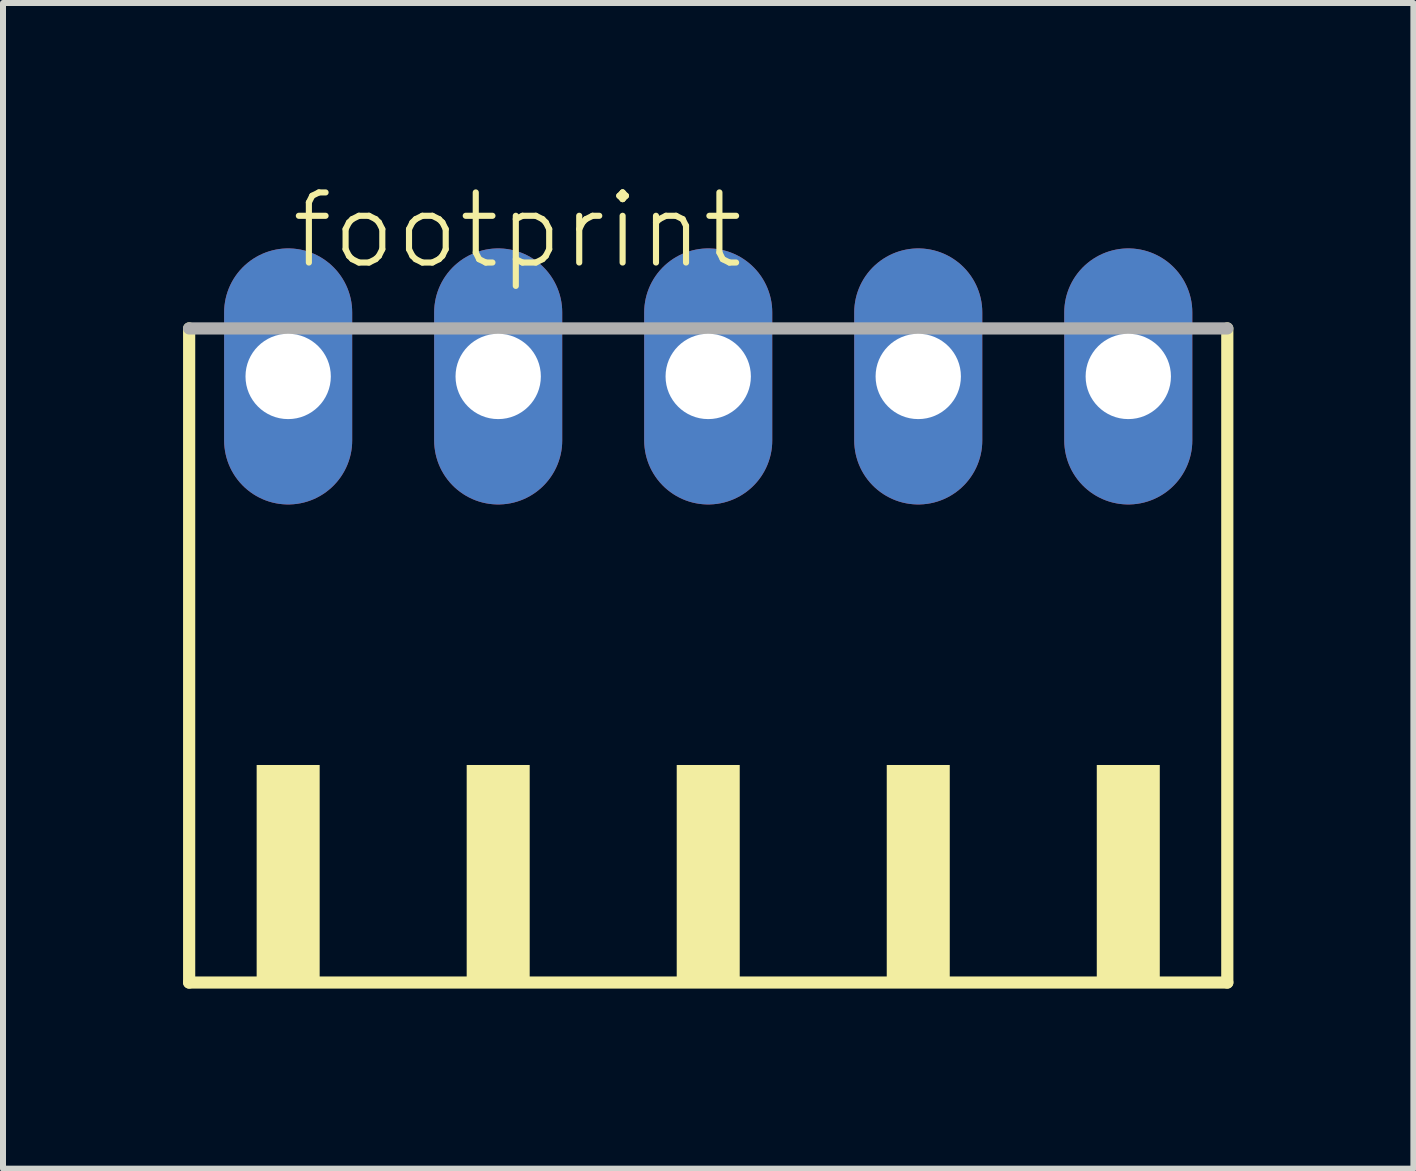
<source format=kicad_pcb>
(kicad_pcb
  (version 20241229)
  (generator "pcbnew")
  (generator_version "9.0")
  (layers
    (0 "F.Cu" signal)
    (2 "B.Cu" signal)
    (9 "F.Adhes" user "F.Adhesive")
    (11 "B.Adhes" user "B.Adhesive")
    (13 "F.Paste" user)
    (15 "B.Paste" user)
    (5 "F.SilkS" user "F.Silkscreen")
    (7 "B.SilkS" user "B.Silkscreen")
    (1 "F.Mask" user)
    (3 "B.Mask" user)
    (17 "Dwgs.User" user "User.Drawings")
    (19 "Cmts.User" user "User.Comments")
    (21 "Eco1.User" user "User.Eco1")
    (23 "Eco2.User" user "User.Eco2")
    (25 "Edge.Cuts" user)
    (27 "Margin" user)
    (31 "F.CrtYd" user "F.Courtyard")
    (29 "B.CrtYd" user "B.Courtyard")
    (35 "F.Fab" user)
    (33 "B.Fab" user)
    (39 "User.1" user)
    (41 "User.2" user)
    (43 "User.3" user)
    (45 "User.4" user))
  (footprint "footprint"
    (layer "F.Cu")
    (at 8.752 8.473)
    (property "Reference" "footprint" (at -7 -7 0) (layer "F.SilkS") (effects (font (size 1.168 1.168) (thickness 0.102)) (justify left bottom)))
    (fp_line (start -8.65 -6.05) (end -8.65 4.85) (stroke (width 0.203) (type solid)) (layer "F.SilkS"))
    (fp_line (start -8.65 4.85) (end 8.65 4.85) (stroke (width 0.203) (type solid)) (layer "F.SilkS"))
    (fp_line (start 8.65 4.85) (end 8.65 -6.05) (stroke (width 0.203) (type solid)) (layer "F.SilkS"))
    (fp_poly (pts (xy -7.525 4.9) (xy -6.475 4.9) (xy -6.475 1.225) (xy -7.525 1.225)) (stroke (width 0) (type solid)) (fill yes) (layer "F.SilkS"))
    (fp_poly (pts (xy -4.025 4.9) (xy -2.975 4.9) (xy -2.975 1.225) (xy -4.025 1.225)) (stroke (width 0) (type solid)) (fill yes) (layer "F.SilkS"))
    (fp_poly (pts (xy -0.525 4.9) (xy 0.525 4.9) (xy 0.525 1.225) (xy -0.525 1.225)) (stroke (width 0) (type solid)) (fill yes) (layer "F.SilkS"))
    (fp_poly (pts (xy 2.975 4.9) (xy 4.025 4.9) (xy 4.025 1.225) (xy 2.975 1.225)) (stroke (width 0) (type solid)) (fill yes) (layer "F.SilkS"))
    (fp_poly (pts (xy 6.475 4.9) (xy 7.525 4.9) (xy 7.525 1.225) (xy 6.475 1.225)) (stroke (width 0) (type solid)) (fill yes) (layer "F.SilkS"))
    (fp_line (start 8.65 -6.05) (end -8.65 -6.05) (stroke (width 0.203) (type solid)) (layer "F.Fab"))
    (pad "1" thru_hole oval (at -7 -5.25 90) (size 4.267 2.134) (drill 1.422) (layers "*.Cu" "*.Mask"))
    (pad "2" thru_hole oval (at -3.5 -5.25 90) (size 4.267 2.134) (drill 1.422) (layers "*.Cu" "*.Mask"))
    (pad "3" thru_hole oval (at 0 -5.25 90) (size 4.267 2.134) (drill 1.422) (layers "*.Cu" "*.Mask"))
    (pad "4" thru_hole oval (at 3.5 -5.25 90) (size 4.267 2.134) (drill 1.422) (layers "*.Cu" "*.Mask"))
    (pad "5" thru_hole oval (at 7 -5.25 90) (size 4.267 2.134) (drill 1.422) (layers "*.Cu" "*.Mask")))
  (gr_rect
    (start -3 -3)
    (end 20.503 16.425)
    (stroke (width 0.1) (type default))
    (fill no)
    (layer "Edge.Cuts")))
</source>
